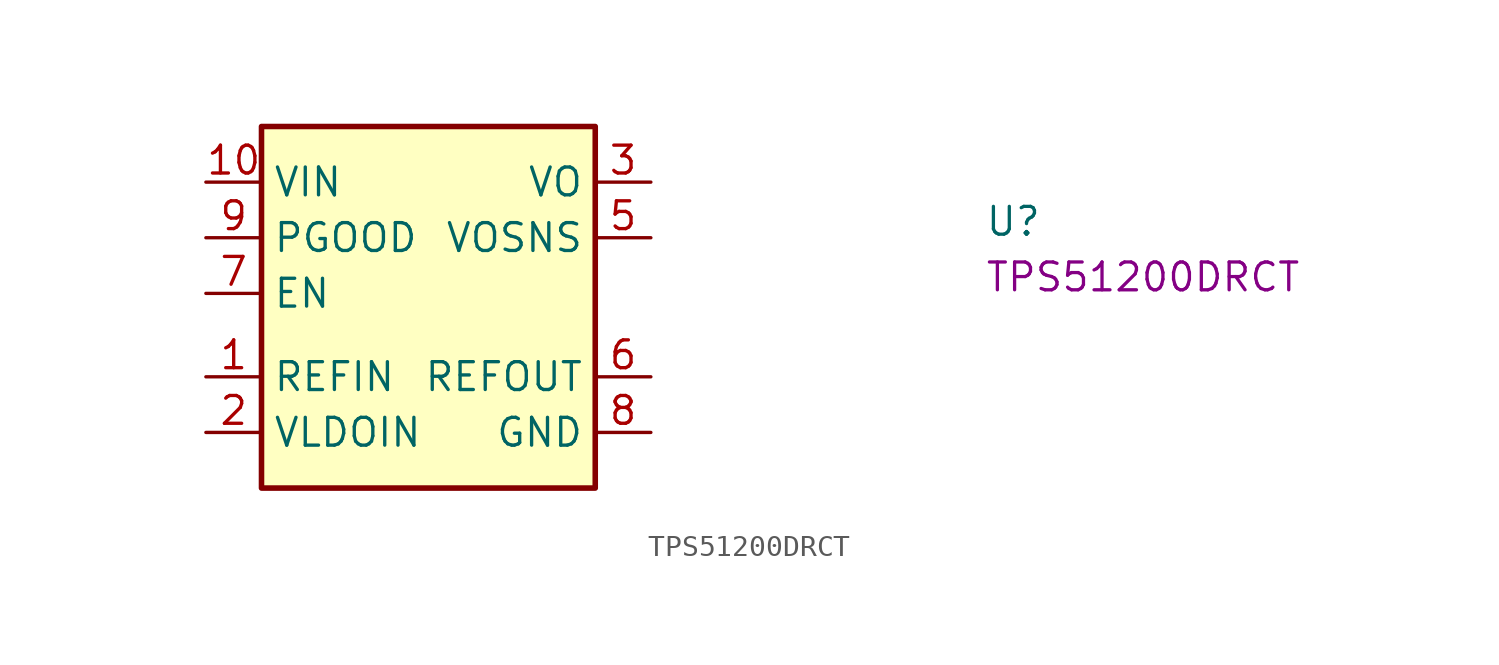
<source format=kicad_sym>
(kicad_symbol_lib
  (version 20220914)
  (generator kicad_symbol_editor)
  (symbol "TPS51200DRCT"
    (property "Reference" "U"
      (at 35.56 -2.54 0)
      (effects (font (size 1.27 1.27) (thickness 0.15)) (justify left bottom)))
    (property "MPN" "TPS51200DRCT"
      (at 35.56 -5.08 0)
      (effects (font (size 1.27 1.27) (thickness 0.15)) (justify left bottom)))
    (symbol "TPS51200DRCT_0_1"
      (rectangle (start 2.54 2.54) (end 17.78 -13.97) (stroke (width 0.254) (type default)) (fill (type background)))
      (pin input line (at 0 -8.89 0) (length 2.54) (name "REFIN" (effects (font (size 1.27 1.27)))) (number "1" (effects (font (size 1.27 1.27)))))
      (pin power_in line (at 0 0 0) (length 2.54) (name "VIN" (effects (font (size 1.27 1.27)))) (number "10" (effects (font (size 1.27 1.27)))))
      (pin passive line (at 20.32 -11.43 180) (length 2.54) hide (name "GND" (effects (font (size 1.27 1.27)))) (number "11" (effects (font (size 1.27 1.27)))))
      (pin power_in line (at 0 -11.43 0) (length 2.54) (name "VLDOIN" (effects (font (size 1.27 1.27)))) (number "2" (effects (font (size 1.27 1.27)))))
      (pin power_out line (at 20.32 0 180) (length 2.54) (name "VO" (effects (font (size 1.27 1.27)))) (number "3" (effects (font (size 1.27 1.27)))))
      (pin passive line (at 20.32 -11.43 180) (length 2.54) hide (name "GND" (effects (font (size 1.27 1.27)))) (number "4" (effects (font (size 1.27 1.27)))))
      (pin input line (at 20.32 -2.54 180) (length 2.54) (name "VOSNS" (effects (font (size 1.27 1.27)))) (number "5" (effects (font (size 1.27 1.27)))))
      (pin power_out line (at 20.32 -8.89 180) (length 2.54) (name "REFOUT" (effects (font (size 1.27 1.27)))) (number "6" (effects (font (size 1.27 1.27)))))
      (pin input line (at 0 -5.08 0) (length 2.54) (name "EN" (effects (font (size 1.27 1.27)))) (number "7" (effects (font (size 1.27 1.27)))))
      (pin power_in line (at 20.32 -11.43 180) (length 2.54) (name "GND" (effects (font (size 1.27 1.27)))) (number "8" (effects (font (size 1.27 1.27)))))
      (pin open_collector line (at 0 -2.54 0) (length 2.54) (name "PGOOD" (effects (font (size 1.27 1.27)))) (number "9" (effects (font (size 1.27 1.27))))))))
</source>
